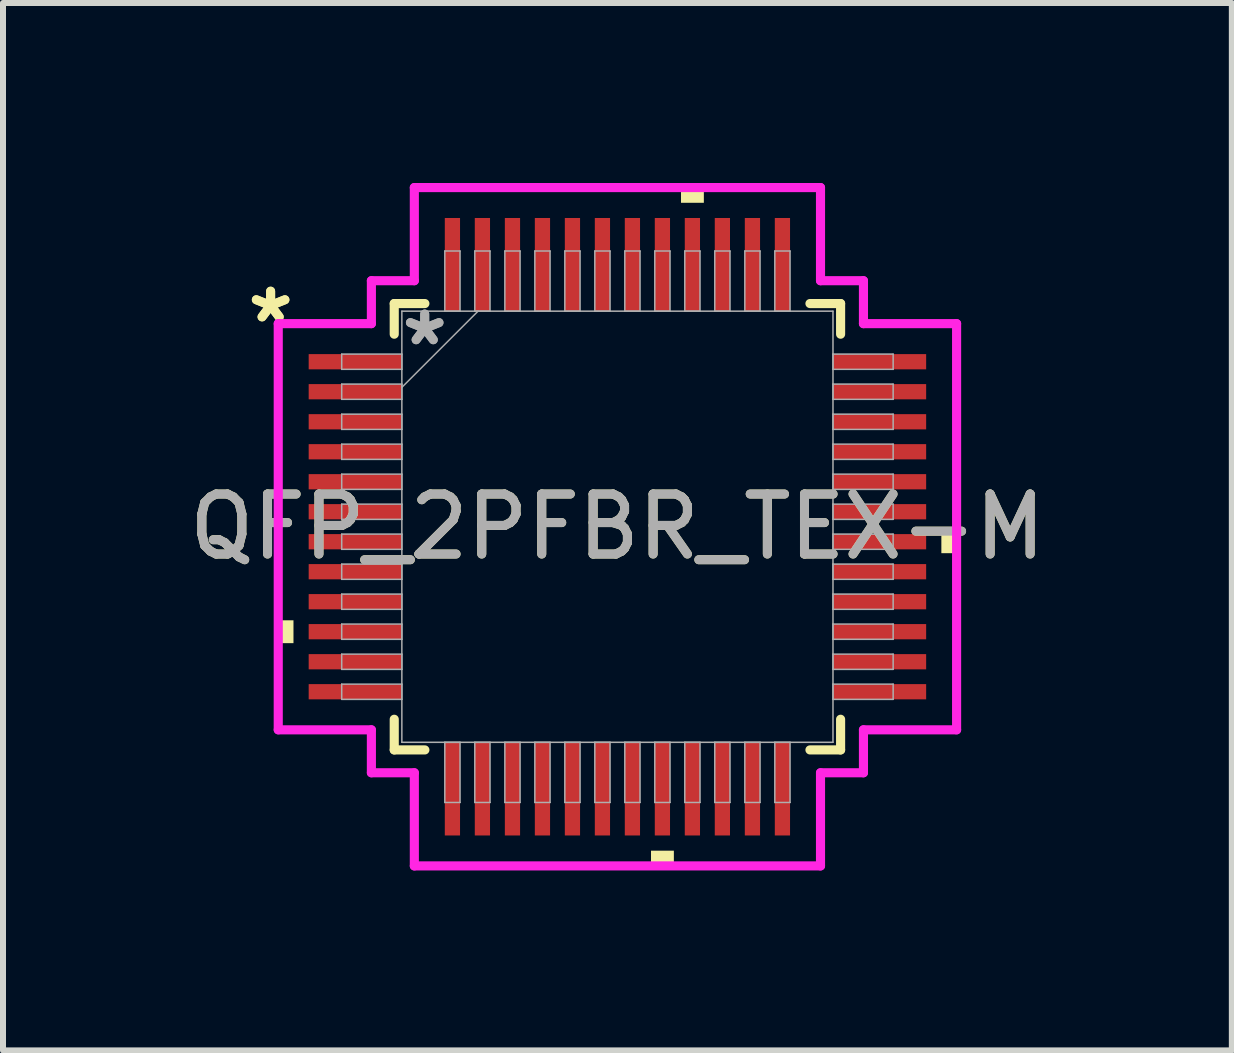
<source format=kicad_pcb>
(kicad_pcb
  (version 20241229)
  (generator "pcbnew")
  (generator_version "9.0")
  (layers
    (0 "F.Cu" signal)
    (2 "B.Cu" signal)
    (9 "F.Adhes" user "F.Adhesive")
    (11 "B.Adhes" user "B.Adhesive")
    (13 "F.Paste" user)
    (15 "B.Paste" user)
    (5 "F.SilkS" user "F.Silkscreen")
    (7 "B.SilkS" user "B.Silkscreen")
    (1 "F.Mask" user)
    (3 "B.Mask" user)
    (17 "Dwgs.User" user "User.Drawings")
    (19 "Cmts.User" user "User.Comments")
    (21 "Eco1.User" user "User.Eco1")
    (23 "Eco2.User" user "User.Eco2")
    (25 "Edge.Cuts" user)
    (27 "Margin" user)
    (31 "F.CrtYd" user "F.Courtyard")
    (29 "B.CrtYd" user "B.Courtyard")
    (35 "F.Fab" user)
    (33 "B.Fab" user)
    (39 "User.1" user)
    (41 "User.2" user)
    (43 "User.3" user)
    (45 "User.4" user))
  (footprint "QFP_2PFBR_TEX-M"
    (layer "F.Cu")
    (at 7.244 5.732)
    (property "Reference" "QFP_2PFBR_TEX-M" (at 0 0 0) (unlocked yes) (layer "F.SilkS") (effects (font (size 1 1) (thickness 0.15))))
    (attr smd)
    (fp_line (start -3.721 -3.721) (end -3.721 -3.21) (stroke (width 0.152) (type solid)) (layer "F.SilkS"))
    (fp_line (start -3.721 3.21) (end -3.721 3.721) (stroke (width 0.152) (type solid)) (layer "F.SilkS"))
    (fp_line (start -3.721 3.721) (end -3.21 3.721) (stroke (width 0.152) (type solid)) (layer "F.SilkS"))
    (fp_line (start -3.21 -3.721) (end -3.721 -3.721) (stroke (width 0.152) (type solid)) (layer "F.SilkS"))
    (fp_line (start 3.21 3.721) (end 3.721 3.721) (stroke (width 0.152) (type solid)) (layer "F.SilkS"))
    (fp_line (start 3.721 -3.721) (end 3.21 -3.721) (stroke (width 0.152) (type solid)) (layer "F.SilkS"))
    (fp_line (start 3.721 -3.21) (end 3.721 -3.721) (stroke (width 0.152) (type solid)) (layer "F.SilkS"))
    (fp_line (start 3.721 3.721) (end 3.721 3.21) (stroke (width 0.152) (type solid)) (layer "F.SilkS"))
    (fp_poly (pts (xy -5.655 1.56) (xy -5.655 1.941) (xy -5.401 1.941) (xy -5.401 1.56)) (stroke (width 0) (type solid)) (fill yes) (layer "F.SilkS"))
    (fp_poly (pts (xy 0.56 5.401) (xy 0.56 5.655) (xy 0.941 5.655) (xy 0.941 5.401)) (stroke (width 0) (type solid)) (fill yes) (layer "F.SilkS"))
    (fp_poly (pts (xy 1.06 -5.401) (xy 1.06 -5.655) (xy 1.441 -5.655) (xy 1.441 -5.401)) (stroke (width 0) (type solid)) (fill yes) (layer "F.SilkS"))
    (fp_poly (pts (xy 5.655 0.06) (xy 5.655 0.441) (xy 5.401 0.441) (xy 5.401 0.06)) (stroke (width 0) (type solid)) (fill yes) (layer "F.SilkS"))
    (fp_line (start -5.655 -3.386) (end -4.102 -3.386) (stroke (width 0.152) (type solid)) (layer "F.CrtYd"))
    (fp_line (start -5.655 3.386) (end -5.655 -3.386) (stroke (width 0.152) (type solid)) (layer "F.CrtYd"))
    (fp_line (start -4.102 -4.102) (end -3.386 -4.102) (stroke (width 0.152) (type solid)) (layer "F.CrtYd"))
    (fp_line (start -4.102 -3.386) (end -4.102 -4.102) (stroke (width 0.152) (type solid)) (layer "F.CrtYd"))
    (fp_line (start -4.102 3.386) (end -5.655 3.386) (stroke (width 0.152) (type solid)) (layer "F.CrtYd"))
    (fp_line (start -4.102 4.102) (end -4.102 3.386) (stroke (width 0.152) (type solid)) (layer "F.CrtYd"))
    (fp_line (start -4.102 4.102) (end -3.386 4.102) (stroke (width 0.152) (type solid)) (layer "F.CrtYd"))
    (fp_line (start -3.386 -5.655) (end 3.386 -5.655) (stroke (width 0.152) (type solid)) (layer "F.CrtYd"))
    (fp_line (start -3.386 -4.102) (end -3.386 -5.655) (stroke (width 0.152) (type solid)) (layer "F.CrtYd"))
    (fp_line (start -3.386 4.102) (end -3.386 5.655) (stroke (width 0.152) (type solid)) (layer "F.CrtYd"))
    (fp_line (start -3.386 5.655) (end 3.386 5.655) (stroke (width 0.152) (type solid)) (layer "F.CrtYd"))
    (fp_line (start 3.386 -5.655) (end 3.386 -4.102) (stroke (width 0.152) (type solid)) (layer "F.CrtYd"))
    (fp_line (start 3.386 -4.102) (end 4.102 -4.102) (stroke (width 0.152) (type solid)) (layer "F.CrtYd"))
    (fp_line (start 3.386 4.102) (end 4.102 4.102) (stroke (width 0.152) (type solid)) (layer "F.CrtYd"))
    (fp_line (start 3.386 5.655) (end 3.386 4.102) (stroke (width 0.152) (type solid)) (layer "F.CrtYd"))
    (fp_line (start 4.102 -3.386) (end 4.102 -4.102) (stroke (width 0.152) (type solid)) (layer "F.CrtYd"))
    (fp_line (start 4.102 3.386) (end 5.655 3.386) (stroke (width 0.152) (type solid)) (layer "F.CrtYd"))
    (fp_line (start 4.102 4.102) (end 4.102 3.386) (stroke (width 0.152) (type solid)) (layer "F.CrtYd"))
    (fp_line (start 5.655 -3.386) (end 4.102 -3.386) (stroke (width 0.152) (type solid)) (layer "F.CrtYd"))
    (fp_line (start 5.655 3.386) (end 5.655 -3.386) (stroke (width 0.152) (type solid)) (layer "F.CrtYd"))
    (fp_line (start -4.597 -2.878) (end -4.597 -2.624) (stroke (width 0.025) (type solid)) (layer "F.Fab"))
    (fp_line (start -4.597 -2.624) (end -3.594 -2.624) (stroke (width 0.025) (type solid)) (layer "F.Fab"))
    (fp_line (start -4.597 -2.378) (end -4.597 -2.124) (stroke (width 0.025) (type solid)) (layer "F.Fab"))
    (fp_line (start -4.597 -2.124) (end -3.594 -2.124) (stroke (width 0.025) (type solid)) (layer "F.Fab"))
    (fp_line (start -4.597 -1.877) (end -4.597 -1.623) (stroke (width 0.025) (type solid)) (layer "F.Fab"))
    (fp_line (start -4.597 -1.623) (end -3.594 -1.623) (stroke (width 0.025) (type solid)) (layer "F.Fab"))
    (fp_line (start -4.597 -1.377) (end -4.597 -1.123) (stroke (width 0.025) (type solid)) (layer "F.Fab"))
    (fp_line (start -4.597 -1.123) (end -3.594 -1.123) (stroke (width 0.025) (type solid)) (layer "F.Fab"))
    (fp_line (start -4.597 -0.877) (end -4.597 -0.623) (stroke (width 0.025) (type solid)) (layer "F.Fab"))
    (fp_line (start -4.597 -0.623) (end -3.594 -0.623) (stroke (width 0.025) (type solid)) (layer "F.Fab"))
    (fp_line (start -4.597 -0.377) (end -4.597 -0.123) (stroke (width 0.025) (type solid)) (layer "F.Fab"))
    (fp_line (start -4.597 -0.123) (end -3.594 -0.123) (stroke (width 0.025) (type solid)) (layer "F.Fab"))
    (fp_line (start -4.597 0.123) (end -4.597 0.377) (stroke (width 0.025) (type solid)) (layer "F.Fab"))
    (fp_line (start -4.597 0.377) (end -3.594 0.377) (stroke (width 0.025) (type solid)) (layer "F.Fab"))
    (fp_line (start -4.597 0.623) (end -4.597 0.877) (stroke (width 0.025) (type solid)) (layer "F.Fab"))
    (fp_line (start -4.597 0.877) (end -3.594 0.877) (stroke (width 0.025) (type solid)) (layer "F.Fab"))
    (fp_line (start -4.597 1.123) (end -4.597 1.377) (stroke (width 0.025) (type solid)) (layer "F.Fab"))
    (fp_line (start -4.597 1.377) (end -3.594 1.377) (stroke (width 0.025) (type solid)) (layer "F.Fab"))
    (fp_line (start -4.597 1.623) (end -4.597 1.877) (stroke (width 0.025) (type solid)) (layer "F.Fab"))
    (fp_line (start -4.597 1.877) (end -3.594 1.877) (stroke (width 0.025) (type solid)) (layer "F.Fab"))
    (fp_line (start -4.597 2.124) (end -4.597 2.378) (stroke (width 0.025) (type solid)) (layer "F.Fab"))
    (fp_line (start -4.597 2.378) (end -3.594 2.378) (stroke (width 0.025) (type solid)) (layer "F.Fab"))
    (fp_line (start -4.597 2.624) (end -4.597 2.878) (stroke (width 0.025) (type solid)) (layer "F.Fab"))
    (fp_line (start -4.597 2.878) (end -3.594 2.878) (stroke (width 0.025) (type solid)) (layer "F.Fab"))
    (fp_line (start -3.594 -3.594) (end -3.594 3.594) (stroke (width 0.025) (type solid)) (layer "F.Fab"))
    (fp_line (start -3.594 -2.878) (end -4.597 -2.878) (stroke (width 0.025) (type solid)) (layer "F.Fab"))
    (fp_line (start -3.594 -2.624) (end -3.594 -2.878) (stroke (width 0.025) (type solid)) (layer "F.Fab"))
    (fp_line (start -3.594 -2.378) (end -4.597 -2.378) (stroke (width 0.025) (type solid)) (layer "F.Fab"))
    (fp_line (start -3.594 -2.324) (end -2.324 -3.594) (stroke (width 0.025) (type solid)) (layer "F.Fab"))
    (fp_line (start -3.594 -2.124) (end -3.594 -2.378) (stroke (width 0.025) (type solid)) (layer "F.Fab"))
    (fp_line (start -3.594 -1.877) (end -4.597 -1.877) (stroke (width 0.025) (type solid)) (layer "F.Fab"))
    (fp_line (start -3.594 -1.623) (end -3.594 -1.877) (stroke (width 0.025) (type solid)) (layer "F.Fab"))
    (fp_line (start -3.594 -1.377) (end -4.597 -1.377) (stroke (width 0.025) (type solid)) (layer "F.Fab"))
    (fp_line (start -3.594 -1.123) (end -3.594 -1.377) (stroke (width 0.025) (type solid)) (layer "F.Fab"))
    (fp_line (start -3.594 -0.877) (end -4.597 -0.877) (stroke (width 0.025) (type solid)) (layer "F.Fab"))
    (fp_line (start -3.594 -0.623) (end -3.594 -0.877) (stroke (width 0.025) (type solid)) (layer "F.Fab"))
    (fp_line (start -3.594 -0.377) (end -4.597 -0.377) (stroke (width 0.025) (type solid)) (layer "F.Fab"))
    (fp_line (start -3.594 -0.123) (end -3.594 -0.377) (stroke (width 0.025) (type solid)) (layer "F.Fab"))
    (fp_line (start -3.594 0.123) (end -4.597 0.123) (stroke (width 0.025) (type solid)) (layer "F.Fab"))
    (fp_line (start -3.594 0.377) (end -3.594 0.123) (stroke (width 0.025) (type solid)) (layer "F.Fab"))
    (fp_line (start -3.594 0.623) (end -4.597 0.623) (stroke (width 0.025) (type solid)) (layer "F.Fab"))
    (fp_line (start -3.594 0.877) (end -3.594 0.623) (stroke (width 0.025) (type solid)) (layer "F.Fab"))
    (fp_line (start -3.594 1.123) (end -4.597 1.123) (stroke (width 0.025) (type solid)) (layer "F.Fab"))
    (fp_line (start -3.594 1.377) (end -3.594 1.123) (stroke (width 0.025) (type solid)) (layer "F.Fab"))
    (fp_line (start -3.594 1.623) (end -4.597 1.623) (stroke (width 0.025) (type solid)) (layer "F.Fab"))
    (fp_line (start -3.594 1.877) (end -3.594 1.623) (stroke (width 0.025) (type solid)) (layer "F.Fab"))
    (fp_line (start -3.594 2.124) (end -4.597 2.124) (stroke (width 0.025) (type solid)) (layer "F.Fab"))
    (fp_line (start -3.594 2.378) (end -3.594 2.124) (stroke (width 0.025) (type solid)) (layer "F.Fab"))
    (fp_line (start -3.594 2.624) (end -4.597 2.624) (stroke (width 0.025) (type solid)) (layer "F.Fab"))
    (fp_line (start -3.594 2.878) (end -3.594 2.624) (stroke (width 0.025) (type solid)) (layer "F.Fab"))
    (fp_line (start -3.594 3.594) (end 3.594 3.594) (stroke (width 0.025) (type solid)) (layer "F.Fab"))
    (fp_line (start -2.878 -4.597) (end -2.878 -3.594) (stroke (width 0.025) (type solid)) (layer "F.Fab"))
    (fp_line (start -2.878 -3.594) (end -2.624 -3.594) (stroke (width 0.025) (type solid)) (layer "F.Fab"))
    (fp_line (start -2.878 3.594) (end -2.878 4.597) (stroke (width 0.025) (type solid)) (layer "F.Fab"))
    (fp_line (start -2.878 4.597) (end -2.624 4.597) (stroke (width 0.025) (type solid)) (layer "F.Fab"))
    (fp_line (start -2.624 -4.597) (end -2.878 -4.597) (stroke (width 0.025) (type solid)) (layer "F.Fab"))
    (fp_line (start -2.624 -3.594) (end -2.624 -4.597) (stroke (width 0.025) (type solid)) (layer "F.Fab"))
    (fp_line (start -2.624 3.594) (end -2.878 3.594) (stroke (width 0.025) (type solid)) (layer "F.Fab"))
    (fp_line (start -2.624 4.597) (end -2.624 3.594) (stroke (width 0.025) (type solid)) (layer "F.Fab"))
    (fp_line (start -2.378 -4.597) (end -2.378 -3.594) (stroke (width 0.025) (type solid)) (layer "F.Fab"))
    (fp_line (start -2.378 -3.594) (end -2.124 -3.594) (stroke (width 0.025) (type solid)) (layer "F.Fab"))
    (fp_line (start -2.378 3.594) (end -2.378 4.597) (stroke (width 0.025) (type solid)) (layer "F.Fab"))
    (fp_line (start -2.378 4.597) (end -2.124 4.597) (stroke (width 0.025) (type solid)) (layer "F.Fab"))
    (fp_line (start -2.124 -4.597) (end -2.378 -4.597) (stroke (width 0.025) (type solid)) (layer "F.Fab"))
    (fp_line (start -2.124 -3.594) (end -2.124 -4.597) (stroke (width 0.025) (type solid)) (layer "F.Fab"))
    (fp_line (start -2.124 3.594) (end -2.378 3.594) (stroke (width 0.025) (type solid)) (layer "F.Fab"))
    (fp_line (start -2.124 4.597) (end -2.124 3.594) (stroke (width 0.025) (type solid)) (layer "F.Fab"))
    (fp_line (start -1.877 -4.597) (end -1.877 -3.594) (stroke (width 0.025) (type solid)) (layer "F.Fab"))
    (fp_line (start -1.877 -3.594) (end -1.623 -3.594) (stroke (width 0.025) (type solid)) (layer "F.Fab"))
    (fp_line (start -1.877 3.594) (end -1.877 4.597) (stroke (width 0.025) (type solid)) (layer "F.Fab"))
    (fp_line (start -1.877 4.597) (end -1.623 4.597) (stroke (width 0.025) (type solid)) (layer "F.Fab"))
    (fp_line (start -1.623 -4.597) (end -1.877 -4.597) (stroke (width 0.025) (type solid)) (layer "F.Fab"))
    (fp_line (start -1.623 -3.594) (end -1.623 -4.597) (stroke (width 0.025) (type solid)) (layer "F.Fab"))
    (fp_line (start -1.623 3.594) (end -1.877 3.594) (stroke (width 0.025) (type solid)) (layer "F.Fab"))
    (fp_line (start -1.623 4.597) (end -1.623 3.594) (stroke (width 0.025) (type solid)) (layer "F.Fab"))
    (fp_line (start -1.377 -4.597) (end -1.377 -3.594) (stroke (width 0.025) (type solid)) (layer "F.Fab"))
    (fp_line (start -1.377 -3.594) (end -1.123 -3.594) (stroke (width 0.025) (type solid)) (layer "F.Fab"))
    (fp_line (start -1.377 3.594) (end -1.377 4.597) (stroke (width 0.025) (type solid)) (layer "F.Fab"))
    (fp_line (start -1.377 4.597) (end -1.123 4.597) (stroke (width 0.025) (type solid)) (layer "F.Fab"))
    (fp_line (start -1.123 -4.597) (end -1.377 -4.597) (stroke (width 0.025) (type solid)) (layer "F.Fab"))
    (fp_line (start -1.123 -3.594) (end -1.123 -4.597) (stroke (width 0.025) (type solid)) (layer "F.Fab"))
    (fp_line (start -1.123 3.594) (end -1.377 3.594) (stroke (width 0.025) (type solid)) (layer "F.Fab"))
    (fp_line (start -1.123 4.597) (end -1.123 3.594) (stroke (width 0.025) (type solid)) (layer "F.Fab"))
    (fp_line (start -0.877 -4.597) (end -0.877 -3.594) (stroke (width 0.025) (type solid)) (layer "F.Fab"))
    (fp_line (start -0.877 -3.594) (end -0.623 -3.594) (stroke (width 0.025) (type solid)) (layer "F.Fab"))
    (fp_line (start -0.877 3.594) (end -0.877 4.597) (stroke (width 0.025) (type solid)) (layer "F.Fab"))
    (fp_line (start -0.877 4.597) (end -0.623 4.597) (stroke (width 0.025) (type solid)) (layer "F.Fab"))
    (fp_line (start -0.623 -4.597) (end -0.877 -4.597) (stroke (width 0.025) (type solid)) (layer "F.Fab"))
    (fp_line (start -0.623 -3.594) (end -0.623 -4.597) (stroke (width 0.025) (type solid)) (layer "F.Fab"))
    (fp_line (start -0.623 3.594) (end -0.877 3.594) (stroke (width 0.025) (type solid)) (layer "F.Fab"))
    (fp_line (start -0.623 4.597) (end -0.623 3.594) (stroke (width 0.025) (type solid)) (layer "F.Fab"))
    (fp_line (start -0.377 -4.597) (end -0.377 -3.594) (stroke (width 0.025) (type solid)) (layer "F.Fab"))
    (fp_line (start -0.377 -3.594) (end -0.123 -3.594) (stroke (width 0.025) (type solid)) (layer "F.Fab"))
    (fp_line (start -0.377 3.594) (end -0.377 4.597) (stroke (width 0.025) (type solid)) (layer "F.Fab"))
    (fp_line (start -0.377 4.597) (end -0.123 4.597) (stroke (width 0.025) (type solid)) (layer "F.Fab"))
    (fp_line (start -0.123 -4.597) (end -0.377 -4.597) (stroke (width 0.025) (type solid)) (layer "F.Fab"))
    (fp_line (start -0.123 -3.594) (end -0.123 -4.597) (stroke (width 0.025) (type solid)) (layer "F.Fab"))
    (fp_line (start -0.123 3.594) (end -0.377 3.594) (stroke (width 0.025) (type solid)) (layer "F.Fab"))
    (fp_line (start -0.123 4.597) (end -0.123 3.594) (stroke (width 0.025) (type solid)) (layer "F.Fab"))
    (fp_line (start 0.123 -4.597) (end 0.123 -3.594) (stroke (width 0.025) (type solid)) (layer "F.Fab"))
    (fp_line (start 0.123 -3.594) (end 0.377 -3.594) (stroke (width 0.025) (type solid)) (layer "F.Fab"))
    (fp_line (start 0.123 3.594) (end 0.123 4.597) (stroke (width 0.025) (type solid)) (layer "F.Fab"))
    (fp_line (start 0.123 4.597) (end 0.377 4.597) (stroke (width 0.025) (type solid)) (layer "F.Fab"))
    (fp_line (start 0.377 -4.597) (end 0.123 -4.597) (stroke (width 0.025) (type solid)) (layer "F.Fab"))
    (fp_line (start 0.377 -3.594) (end 0.377 -4.597) (stroke (width 0.025) (type solid)) (layer "F.Fab"))
    (fp_line (start 0.377 3.594) (end 0.123 3.594) (stroke (width 0.025) (type solid)) (layer "F.Fab"))
    (fp_line (start 0.377 4.597) (end 0.377 3.594) (stroke (width 0.025) (type solid)) (layer "F.Fab"))
    (fp_line (start 0.623 -4.597) (end 0.623 -3.594) (stroke (width 0.025) (type solid)) (layer "F.Fab"))
    (fp_line (start 0.623 -3.594) (end 0.877 -3.594) (stroke (width 0.025) (type solid)) (layer "F.Fab"))
    (fp_line (start 0.623 3.594) (end 0.623 4.597) (stroke (width 0.025) (type solid)) (layer "F.Fab"))
    (fp_line (start 0.623 4.597) (end 0.877 4.597) (stroke (width 0.025) (type solid)) (layer "F.Fab"))
    (fp_line (start 0.877 -4.597) (end 0.623 -4.597) (stroke (width 0.025) (type solid)) (layer "F.Fab"))
    (fp_line (start 0.877 -3.594) (end 0.877 -4.597) (stroke (width 0.025) (type solid)) (layer "F.Fab"))
    (fp_line (start 0.877 3.594) (end 0.623 3.594) (stroke (width 0.025) (type solid)) (layer "F.Fab"))
    (fp_line (start 0.877 4.597) (end 0.877 3.594) (stroke (width 0.025) (type solid)) (layer "F.Fab"))
    (fp_line (start 1.123 -4.597) (end 1.123 -3.594) (stroke (width 0.025) (type solid)) (layer "F.Fab"))
    (fp_line (start 1.123 -3.594) (end 1.377 -3.594) (stroke (width 0.025) (type solid)) (layer "F.Fab"))
    (fp_line (start 1.123 3.594) (end 1.123 4.597) (stroke (width 0.025) (type solid)) (layer "F.Fab"))
    (fp_line (start 1.123 4.597) (end 1.377 4.597) (stroke (width 0.025) (type solid)) (layer "F.Fab"))
    (fp_line (start 1.377 -4.597) (end 1.123 -4.597) (stroke (width 0.025) (type solid)) (layer "F.Fab"))
    (fp_line (start 1.377 -3.594) (end 1.377 -4.597) (stroke (width 0.025) (type solid)) (layer "F.Fab"))
    (fp_line (start 1.377 3.594) (end 1.123 3.594) (stroke (width 0.025) (type solid)) (layer "F.Fab"))
    (fp_line (start 1.377 4.597) (end 1.377 3.594) (stroke (width 0.025) (type solid)) (layer "F.Fab"))
    (fp_line (start 1.623 -4.597) (end 1.623 -3.594) (stroke (width 0.025) (type solid)) (layer "F.Fab"))
    (fp_line (start 1.623 -3.594) (end 1.877 -3.594) (stroke (width 0.025) (type solid)) (layer "F.Fab"))
    (fp_line (start 1.623 3.594) (end 1.623 4.597) (stroke (width 0.025) (type solid)) (layer "F.Fab"))
    (fp_line (start 1.623 4.597) (end 1.877 4.597) (stroke (width 0.025) (type solid)) (layer "F.Fab"))
    (fp_line (start 1.877 -4.597) (end 1.623 -4.597) (stroke (width 0.025) (type solid)) (layer "F.Fab"))
    (fp_line (start 1.877 -3.594) (end 1.877 -4.597) (stroke (width 0.025) (type solid)) (layer "F.Fab"))
    (fp_line (start 1.877 3.594) (end 1.623 3.594) (stroke (width 0.025) (type solid)) (layer "F.Fab"))
    (fp_line (start 1.877 4.597) (end 1.877 3.594) (stroke (width 0.025) (type solid)) (layer "F.Fab"))
    (fp_line (start 2.124 -4.597) (end 2.124 -3.594) (stroke (width 0.025) (type solid)) (layer "F.Fab"))
    (fp_line (start 2.124 -3.594) (end 2.378 -3.594) (stroke (width 0.025) (type solid)) (layer "F.Fab"))
    (fp_line (start 2.124 3.594) (end 2.124 4.597) (stroke (width 0.025) (type solid)) (layer "F.Fab"))
    (fp_line (start 2.124 4.597) (end 2.378 4.597) (stroke (width 0.025) (type solid)) (layer "F.Fab"))
    (fp_line (start 2.378 -4.597) (end 2.124 -4.597) (stroke (width 0.025) (type solid)) (layer "F.Fab"))
    (fp_line (start 2.378 -3.594) (end 2.378 -4.597) (stroke (width 0.025) (type solid)) (layer "F.Fab"))
    (fp_line (start 2.378 3.594) (end 2.124 3.594) (stroke (width 0.025) (type solid)) (layer "F.Fab"))
    (fp_line (start 2.378 4.597) (end 2.378 3.594) (stroke (width 0.025) (type solid)) (layer "F.Fab"))
    (fp_line (start 2.624 -4.597) (end 2.624 -3.594) (stroke (width 0.025) (type solid)) (layer "F.Fab"))
    (fp_line (start 2.624 -3.594) (end 2.878 -3.594) (stroke (width 0.025) (type solid)) (layer "F.Fab"))
    (fp_line (start 2.624 3.594) (end 2.624 4.597) (stroke (width 0.025) (type solid)) (layer "F.Fab"))
    (fp_line (start 2.624 4.597) (end 2.878 4.597) (stroke (width 0.025) (type solid)) (layer "F.Fab"))
    (fp_line (start 2.878 -4.597) (end 2.624 -4.597) (stroke (width 0.025) (type solid)) (layer "F.Fab"))
    (fp_line (start 2.878 -3.594) (end 2.878 -4.597) (stroke (width 0.025) (type solid)) (layer "F.Fab"))
    (fp_line (start 2.878 3.594) (end 2.624 3.594) (stroke (width 0.025) (type solid)) (layer "F.Fab"))
    (fp_line (start 2.878 4.597) (end 2.878 3.594) (stroke (width 0.025) (type solid)) (layer "F.Fab"))
    (fp_line (start 3.594 -3.594) (end -3.594 -3.594) (stroke (width 0.025) (type solid)) (layer "F.Fab"))
    (fp_line (start 3.594 -2.878) (end 3.594 -2.624) (stroke (width 0.025) (type solid)) (layer "F.Fab"))
    (fp_line (start 3.594 -2.624) (end 4.597 -2.624) (stroke (width 0.025) (type solid)) (layer "F.Fab"))
    (fp_line (start 3.594 -2.378) (end 3.594 -2.124) (stroke (width 0.025) (type solid)) (layer "F.Fab"))
    (fp_line (start 3.594 -2.124) (end 4.597 -2.124) (stroke (width 0.025) (type solid)) (layer "F.Fab"))
    (fp_line (start 3.594 -1.877) (end 3.594 -1.623) (stroke (width 0.025) (type solid)) (layer "F.Fab"))
    (fp_line (start 3.594 -1.623) (end 4.597 -1.623) (stroke (width 0.025) (type solid)) (layer "F.Fab"))
    (fp_line (start 3.594 -1.377) (end 3.594 -1.123) (stroke (width 0.025) (type solid)) (layer "F.Fab"))
    (fp_line (start 3.594 -1.123) (end 4.597 -1.123) (stroke (width 0.025) (type solid)) (layer "F.Fab"))
    (fp_line (start 3.594 -0.877) (end 3.594 -0.623) (stroke (width 0.025) (type solid)) (layer "F.Fab"))
    (fp_line (start 3.594 -0.623) (end 4.597 -0.623) (stroke (width 0.025) (type solid)) (layer "F.Fab"))
    (fp_line (start 3.594 -0.377) (end 3.594 -0.123) (stroke (width 0.025) (type solid)) (layer "F.Fab"))
    (fp_line (start 3.594 -0.123) (end 4.597 -0.123) (stroke (width 0.025) (type solid)) (layer "F.Fab"))
    (fp_line (start 3.594 0.123) (end 3.594 0.377) (stroke (width 0.025) (type solid)) (layer "F.Fab"))
    (fp_line (start 3.594 0.377) (end 4.597 0.377) (stroke (width 0.025) (type solid)) (layer "F.Fab"))
    (fp_line (start 3.594 0.623) (end 3.594 0.877) (stroke (width 0.025) (type solid)) (layer "F.Fab"))
    (fp_line (start 3.594 0.877) (end 4.597 0.877) (stroke (width 0.025) (type solid)) (layer "F.Fab"))
    (fp_line (start 3.594 1.123) (end 3.594 1.377) (stroke (width 0.025) (type solid)) (layer "F.Fab"))
    (fp_line (start 3.594 1.377) (end 4.597 1.377) (stroke (width 0.025) (type solid)) (layer "F.Fab"))
    (fp_line (start 3.594 1.623) (end 3.594 1.877) (stroke (width 0.025) (type solid)) (layer "F.Fab"))
    (fp_line (start 3.594 1.877) (end 4.597 1.877) (stroke (width 0.025) (type solid)) (layer "F.Fab"))
    (fp_line (start 3.594 2.124) (end 3.594 2.378) (stroke (width 0.025) (type solid)) (layer "F.Fab"))
    (fp_line (start 3.594 2.378) (end 4.597 2.378) (stroke (width 0.025) (type solid)) (layer "F.Fab"))
    (fp_line (start 3.594 2.624) (end 3.594 2.878) (stroke (width 0.025) (type solid)) (layer "F.Fab"))
    (fp_line (start 3.594 2.878) (end 4.597 2.878) (stroke (width 0.025) (type solid)) (layer "F.Fab"))
    (fp_line (start 3.594 3.594) (end 3.594 -3.594) (stroke (width 0.025) (type solid)) (layer "F.Fab"))
    (fp_line (start 4.597 -2.878) (end 3.594 -2.878) (stroke (width 0.025) (type solid)) (layer "F.Fab"))
    (fp_line (start 4.597 -2.624) (end 4.597 -2.878) (stroke (width 0.025) (type solid)) (layer "F.Fab"))
    (fp_line (start 4.597 -2.378) (end 3.594 -2.378) (stroke (width 0.025) (type solid)) (layer "F.Fab"))
    (fp_line (start 4.597 -2.124) (end 4.597 -2.378) (stroke (width 0.025) (type solid)) (layer "F.Fab"))
    (fp_line (start 4.597 -1.877) (end 3.594 -1.877) (stroke (width 0.025) (type solid)) (layer "F.Fab"))
    (fp_line (start 4.597 -1.623) (end 4.597 -1.877) (stroke (width 0.025) (type solid)) (layer "F.Fab"))
    (fp_line (start 4.597 -1.377) (end 3.594 -1.377) (stroke (width 0.025) (type solid)) (layer "F.Fab"))
    (fp_line (start 4.597 -1.123) (end 4.597 -1.377) (stroke (width 0.025) (type solid)) (layer "F.Fab"))
    (fp_line (start 4.597 -0.877) (end 3.594 -0.877) (stroke (width 0.025) (type solid)) (layer "F.Fab"))
    (fp_line (start 4.597 -0.623) (end 4.597 -0.877) (stroke (width 0.025) (type solid)) (layer "F.Fab"))
    (fp_line (start 4.597 -0.377) (end 3.594 -0.377) (stroke (width 0.025) (type solid)) (layer "F.Fab"))
    (fp_line (start 4.597 -0.123) (end 4.597 -0.377) (stroke (width 0.025) (type solid)) (layer "F.Fab"))
    (fp_line (start 4.597 0.123) (end 3.594 0.123) (stroke (width 0.025) (type solid)) (layer "F.Fab"))
    (fp_line (start 4.597 0.377) (end 4.597 0.123) (stroke (width 0.025) (type solid)) (layer "F.Fab"))
    (fp_line (start 4.597 0.623) (end 3.594 0.623) (stroke (width 0.025) (type solid)) (layer "F.Fab"))
    (fp_line (start 4.597 0.877) (end 4.597 0.623) (stroke (width 0.025) (type solid)) (layer "F.Fab"))
    (fp_line (start 4.597 1.123) (end 3.594 1.123) (stroke (width 0.025) (type solid)) (layer "F.Fab"))
    (fp_line (start 4.597 1.377) (end 4.597 1.123) (stroke (width 0.025) (type solid)) (layer "F.Fab"))
    (fp_line (start 4.597 1.623) (end 3.594 1.623) (stroke (width 0.025) (type solid)) (layer "F.Fab"))
    (fp_line (start 4.597 1.877) (end 4.597 1.623) (stroke (width 0.025) (type solid)) (layer "F.Fab"))
    (fp_line (start 4.597 2.124) (end 3.594 2.124) (stroke (width 0.025) (type solid)) (layer "F.Fab"))
    (fp_line (start 4.597 2.378) (end 4.597 2.124) (stroke (width 0.025) (type solid)) (layer "F.Fab"))
    (fp_line (start 4.597 2.624) (end 3.594 2.624) (stroke (width 0.025) (type solid)) (layer "F.Fab"))
    (fp_line (start 4.597 2.878) (end 4.597 2.624) (stroke (width 0.025) (type solid)) (layer "F.Fab"))
    (fp_text user "*" (at -5.782 -3.382 0) (unlocked yes) (layer "F.SilkS") (effects (font (size 1 1) (thickness 0.15))))
    (fp_text user "*" (at -5.782 -3.382 0) (layer "F.SilkS") (effects (font (size 1 1) (thickness 0.15))))
    (fp_text user "*" (at -3.213 -3.001 0) (unlocked yes) (layer "F.Fab") (effects (font (size 1 1) (thickness 0.15))))
    (fp_text user "${REFERENCE}" (at 0 0 0) (unlocked yes) (layer "F.Fab") (effects (font (size 1 1) (thickness 0.15))))
    (fp_text user "*" (at -3.213 -3.001 0) (layer "F.Fab") (effects (font (size 1 1) (thickness 0.15))))
    (pad "1" smd rect (at -4.371 -2.751 90) (size 0.254 1.553) (layers "F.Cu" "F.Mask" "F.Paste"))
    (pad "2" smd rect (at -4.371 -2.251 90) (size 0.254 1.553) (layers "F.Cu" "F.Mask" "F.Paste"))
    (pad "3" smd rect (at -4.371 -1.75 90) (size 0.254 1.553) (layers "F.Cu" "F.Mask" "F.Paste"))
    (pad "4" smd rect (at -4.371 -1.25 90) (size 0.254 1.553) (layers "F.Cu" "F.Mask" "F.Paste"))
    (pad "5" smd rect (at -4.371 -0.75 90) (size 0.254 1.553) (layers "F.Cu" "F.Mask" "F.Paste"))
    (pad "6" smd rect (at -4.371 -0.25 90) (size 0.254 1.553) (layers "F.Cu" "F.Mask" "F.Paste"))
    (pad "7" smd rect (at -4.371 0.25 90) (size 0.254 1.553) (layers "F.Cu" "F.Mask" "F.Paste"))
    (pad "8" smd rect (at -4.371 0.75 90) (size 0.254 1.553) (layers "F.Cu" "F.Mask" "F.Paste"))
    (pad "9" smd rect (at -4.371 1.25 90) (size 0.254 1.553) (layers "F.Cu" "F.Mask" "F.Paste"))
    (pad "10" smd rect (at -4.371 1.75 90) (size 0.254 1.553) (layers "F.Cu" "F.Mask" "F.Paste"))
    (pad "11" smd rect (at -4.371 2.251 90) (size 0.254 1.553) (layers "F.Cu" "F.Mask" "F.Paste"))
    (pad "12" smd rect (at -4.371 2.751 90) (size 0.254 1.553) (layers "F.Cu" "F.Mask" "F.Paste"))
    (pad "13" smd rect (at -2.751 4.371) (size 0.254 1.553) (layers "F.Cu" "F.Mask" "F.Paste"))
    (pad "14" smd rect (at -2.251 4.371) (size 0.254 1.553) (layers "F.Cu" "F.Mask" "F.Paste"))
    (pad "15" smd rect (at -1.75 4.371) (size 0.254 1.553) (layers "F.Cu" "F.Mask" "F.Paste"))
    (pad "16" smd rect (at -1.25 4.371) (size 0.254 1.553) (layers "F.Cu" "F.Mask" "F.Paste"))
    (pad "17" smd rect (at -0.75 4.371) (size 0.254 1.553) (layers "F.Cu" "F.Mask" "F.Paste"))
    (pad "18" smd rect (at -0.25 4.371) (size 0.254 1.553) (layers "F.Cu" "F.Mask" "F.Paste"))
    (pad "19" smd rect (at 0.25 4.371) (size 0.254 1.553) (layers "F.Cu" "F.Mask" "F.Paste"))
    (pad "20" smd rect (at 0.75 4.371) (size 0.254 1.553) (layers "F.Cu" "F.Mask" "F.Paste"))
    (pad "21" smd rect (at 1.25 4.371) (size 0.254 1.553) (layers "F.Cu" "F.Mask" "F.Paste"))
    (pad "22" smd rect (at 1.75 4.371) (size 0.254 1.553) (layers "F.Cu" "F.Mask" "F.Paste"))
    (pad "23" smd rect (at 2.251 4.371) (size 0.254 1.553) (layers "F.Cu" "F.Mask" "F.Paste"))
    (pad "24" smd rect (at 2.751 4.371) (size 0.254 1.553) (layers "F.Cu" "F.Mask" "F.Paste"))
    (pad "25" smd rect (at 4.371 2.751 90) (size 0.254 1.553) (layers "F.Cu" "F.Mask" "F.Paste"))
    (pad "26" smd rect (at 4.371 2.251 90) (size 0.254 1.553) (layers "F.Cu" "F.Mask" "F.Paste"))
    (pad "27" smd rect (at 4.371 1.75 90) (size 0.254 1.553) (layers "F.Cu" "F.Mask" "F.Paste"))
    (pad "28" smd rect (at 4.371 1.25 90) (size 0.254 1.553) (layers "F.Cu" "F.Mask" "F.Paste"))
    (pad "29" smd rect (at 4.371 0.75 90) (size 0.254 1.553) (layers "F.Cu" "F.Mask" "F.Paste"))
    (pad "30" smd rect (at 4.371 0.25 90) (size 0.254 1.553) (layers "F.Cu" "F.Mask" "F.Paste"))
    (pad "31" smd rect (at 4.371 -0.25 90) (size 0.254 1.553) (layers "F.Cu" "F.Mask" "F.Paste"))
    (pad "32" smd rect (at 4.371 -0.75 90) (size 0.254 1.553) (layers "F.Cu" "F.Mask" "F.Paste"))
    (pad "33" smd rect (at 4.371 -1.25 90) (size 0.254 1.553) (layers "F.Cu" "F.Mask" "F.Paste"))
    (pad "34" smd rect (at 4.371 -1.75 90) (size 0.254 1.553) (layers "F.Cu" "F.Mask" "F.Paste"))
    (pad "35" smd rect (at 4.371 -2.251 90) (size 0.254 1.553) (layers "F.Cu" "F.Mask" "F.Paste"))
    (pad "36" smd rect (at 4.371 -2.751 90) (size 0.254 1.553) (layers "F.Cu" "F.Mask" "F.Paste"))
    (pad "37" smd rect (at 2.751 -4.371) (size 0.254 1.553) (layers "F.Cu" "F.Mask" "F.Paste"))
    (pad "38" smd rect (at 2.251 -4.371) (size 0.254 1.553) (layers "F.Cu" "F.Mask" "F.Paste"))
    (pad "39" smd rect (at 1.75 -4.371) (size 0.254 1.553) (layers "F.Cu" "F.Mask" "F.Paste"))
    (pad "40" smd rect (at 1.25 -4.371) (size 0.254 1.553) (layers "F.Cu" "F.Mask" "F.Paste"))
    (pad "41" smd rect (at 0.75 -4.371) (size 0.254 1.553) (layers "F.Cu" "F.Mask" "F.Paste"))
    (pad "42" smd rect (at 0.25 -4.371) (size 0.254 1.553) (layers "F.Cu" "F.Mask" "F.Paste"))
    (pad "43" smd rect (at -0.25 -4.371) (size 0.254 1.553) (layers "F.Cu" "F.Mask" "F.Paste"))
    (pad "44" smd rect (at -0.75 -4.371) (size 0.254 1.553) (layers "F.Cu" "F.Mask" "F.Paste"))
    (pad "45" smd rect (at -1.25 -4.371) (size 0.254 1.553) (layers "F.Cu" "F.Mask" "F.Paste"))
    (pad "46" smd rect (at -1.75 -4.371) (size 0.254 1.553) (layers "F.Cu" "F.Mask" "F.Paste"))
    (pad "47" smd rect (at -2.251 -4.371) (size 0.254 1.553) (layers "F.Cu" "F.Mask" "F.Paste"))
    (pad "48" smd rect (at -2.751 -4.371) (size 0.254 1.553) (layers "F.Cu" "F.Mask" "F.Paste")))
  (gr_rect
    (start -3 -3)
    (end 17.488 14.463)
    (stroke (width 0.1) (type default))
    (fill no)
    (layer "Edge.Cuts")))
</source>
